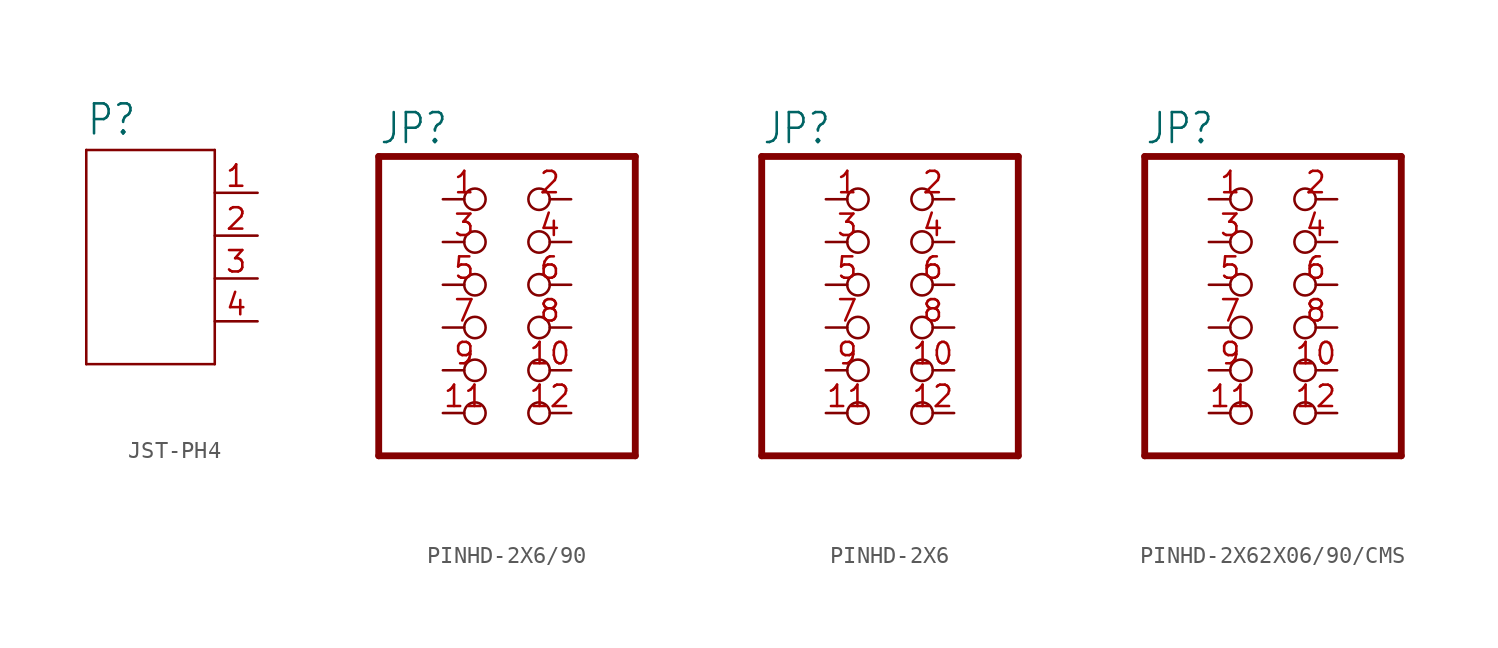
<source format=kicad_sym>
(kicad_symbol_lib
  (version 20220914)
  (generator kicad_symbol_editor)
  (symbol "JST-PH4"
    (property "Reference" "P"
      (at -2.54 5.842 0)
      (effects (font (size 1.778 1.511)) (justify left bottom)))
    (property "Value" ""
      (at -2.54 -9.906 0)
      (effects (font (size 1.778 1.511)) (justify left bottom)))
    (property "ki_locked" ""
      (at 0 0 0)
      (effects (font (size 1.27 1.27))))
    (symbol "JST-PH4_1_0"
      (polyline (pts (xy -2.54 -7.62) (xy 5.08 -7.62)) (stroke (width 0.152) (type solid)) (fill (type none)))
      (polyline (pts (xy -2.54 5.08) (xy -2.54 -7.62)) (stroke (width 0.152) (type solid)) (fill (type none)))
      (polyline (pts (xy 5.08 -7.62) (xy 5.08 5.08)) (stroke (width 0.152) (type solid)) (fill (type none)))
      (polyline (pts (xy 5.08 5.08) (xy -2.54 5.08)) (stroke (width 0.152) (type solid)) (fill (type none)))
      (pin passive line (at 7.62 2.54 180) (length 2.54) (name "1" (effects (font (size 0 0)))) (number "1" (effects (font (size 1.27 1.27)))))
      (pin passive line (at 7.62 0 180) (length 2.54) (name "2" (effects (font (size 0 0)))) (number "2" (effects (font (size 1.27 1.27)))))
      (pin passive line (at 7.62 -2.54 180) (length 2.54) (name "3" (effects (font (size 0 0)))) (number "3" (effects (font (size 1.27 1.27)))))
      (pin passive line (at 7.62 -5.08 180) (length 2.54) (name "4" (effects (font (size 0 0)))) (number "4" (effects (font (size 1.27 1.27)))))))
  (symbol "PINHD-2X6/90"
    (property "Reference" "JP"
      (at -6.35 8.255 0)
      (effects (font (size 1.778 1.511)) (justify left bottom)))
    (property "Value" ""
      (at -6.35 -12.7 0)
      (effects (font (size 1.778 1.511)) (justify left bottom)))
    (property "ki_locked" ""
      (at 0 0 0)
      (effects (font (size 1.27 1.27))))
    (symbol "PINHD-2X6/90_1_0"
      (polyline (pts (xy -6.35 -10.16) (xy 8.89 -10.16)) (stroke (width 0.406) (type solid)) (fill (type none)))
      (polyline (pts (xy -6.35 7.62) (xy -6.35 -10.16)) (stroke (width 0.406) (type solid)) (fill (type none)))
      (polyline (pts (xy 8.89 -10.16) (xy 8.89 7.62)) (stroke (width 0.406) (type solid)) (fill (type none)))
      (polyline (pts (xy 8.89 7.62) (xy -6.35 7.62)) (stroke (width 0.406) (type solid)) (fill (type none)))
      (pin passive inverted (at -2.54 5.08 0) (length 2.54) (name "1" (effects (font (size 0 0)))) (number "1" (effects (font (size 1.27 1.27)))))
      (pin passive inverted (at 5.08 -5.08 180) (length 2.54) (name "10" (effects (font (size 0 0)))) (number "10" (effects (font (size 1.27 1.27)))))
      (pin passive inverted (at -2.54 -7.62 0) (length 2.54) (name "11" (effects (font (size 0 0)))) (number "11" (effects (font (size 1.27 1.27)))))
      (pin passive inverted (at 5.08 -7.62 180) (length 2.54) (name "12" (effects (font (size 0 0)))) (number "12" (effects (font (size 1.27 1.27)))))
      (pin passive inverted (at 5.08 5.08 180) (length 2.54) (name "2" (effects (font (size 0 0)))) (number "2" (effects (font (size 1.27 1.27)))))
      (pin passive inverted (at -2.54 2.54 0) (length 2.54) (name "3" (effects (font (size 0 0)))) (number "3" (effects (font (size 1.27 1.27)))))
      (pin passive inverted (at 5.08 2.54 180) (length 2.54) (name "4" (effects (font (size 0 0)))) (number "4" (effects (font (size 1.27 1.27)))))
      (pin passive inverted (at -2.54 0 0) (length 2.54) (name "5" (effects (font (size 0 0)))) (number "5" (effects (font (size 1.27 1.27)))))
      (pin passive inverted (at 5.08 0 180) (length 2.54) (name "6" (effects (font (size 0 0)))) (number "6" (effects (font (size 1.27 1.27)))))
      (pin passive inverted (at -2.54 -2.54 0) (length 2.54) (name "7" (effects (font (size 0 0)))) (number "7" (effects (font (size 1.27 1.27)))))
      (pin passive inverted (at 5.08 -2.54 180) (length 2.54) (name "8" (effects (font (size 0 0)))) (number "8" (effects (font (size 1.27 1.27)))))
      (pin passive inverted (at -2.54 -5.08 0) (length 2.54) (name "9" (effects (font (size 0 0)))) (number "9" (effects (font (size 1.27 1.27)))))))
  (symbol "PINHD-2X6"
    (property "Reference" "JP"
      (at -6.35 8.255 0)
      (effects (font (size 1.778 1.511)) (justify left bottom)))
    (property "Value" ""
      (at -6.35 -12.7 0)
      (effects (font (size 1.778 1.511)) (justify left bottom)))
    (property "ki_locked" ""
      (at 0 0 0)
      (effects (font (size 1.27 1.27))))
    (symbol "PINHD-2X6_1_0"
      (polyline (pts (xy -6.35 -10.16) (xy 8.89 -10.16)) (stroke (width 0.406) (type solid)) (fill (type none)))
      (polyline (pts (xy -6.35 7.62) (xy -6.35 -10.16)) (stroke (width 0.406) (type solid)) (fill (type none)))
      (polyline (pts (xy 8.89 -10.16) (xy 8.89 7.62)) (stroke (width 0.406) (type solid)) (fill (type none)))
      (polyline (pts (xy 8.89 7.62) (xy -6.35 7.62)) (stroke (width 0.406) (type solid)) (fill (type none)))
      (pin passive inverted (at -2.54 5.08 0) (length 2.54) (name "1" (effects (font (size 0 0)))) (number "1" (effects (font (size 1.27 1.27)))))
      (pin passive inverted (at 5.08 -5.08 180) (length 2.54) (name "10" (effects (font (size 0 0)))) (number "10" (effects (font (size 1.27 1.27)))))
      (pin passive inverted (at -2.54 -7.62 0) (length 2.54) (name "11" (effects (font (size 0 0)))) (number "11" (effects (font (size 1.27 1.27)))))
      (pin passive inverted (at 5.08 -7.62 180) (length 2.54) (name "12" (effects (font (size 0 0)))) (number "12" (effects (font (size 1.27 1.27)))))
      (pin passive inverted (at 5.08 5.08 180) (length 2.54) (name "2" (effects (font (size 0 0)))) (number "2" (effects (font (size 1.27 1.27)))))
      (pin passive inverted (at -2.54 2.54 0) (length 2.54) (name "3" (effects (font (size 0 0)))) (number "3" (effects (font (size 1.27 1.27)))))
      (pin passive inverted (at 5.08 2.54 180) (length 2.54) (name "4" (effects (font (size 0 0)))) (number "4" (effects (font (size 1.27 1.27)))))
      (pin passive inverted (at -2.54 0 0) (length 2.54) (name "5" (effects (font (size 0 0)))) (number "5" (effects (font (size 1.27 1.27)))))
      (pin passive inverted (at 5.08 0 180) (length 2.54) (name "6" (effects (font (size 0 0)))) (number "6" (effects (font (size 1.27 1.27)))))
      (pin passive inverted (at -2.54 -2.54 0) (length 2.54) (name "7" (effects (font (size 0 0)))) (number "7" (effects (font (size 1.27 1.27)))))
      (pin passive inverted (at 5.08 -2.54 180) (length 2.54) (name "8" (effects (font (size 0 0)))) (number "8" (effects (font (size 1.27 1.27)))))
      (pin passive inverted (at -2.54 -5.08 0) (length 2.54) (name "9" (effects (font (size 0 0)))) (number "9" (effects (font (size 1.27 1.27)))))))
  (symbol "PINHD-2X62X06/90/CMS"
    (property "Reference" "JP"
      (at -6.35 8.255 0)
      (effects (font (size 1.778 1.511)) (justify left bottom)))
    (property "Value" ""
      (at -6.35 -12.7 0)
      (effects (font (size 1.778 1.511)) (justify left bottom)))
    (property "ki_locked" ""
      (at 0 0 0)
      (effects (font (size 1.27 1.27))))
    (symbol "PINHD-2X62X06/90/CMS_1_0"
      (polyline (pts (xy -6.35 -10.16) (xy 8.89 -10.16)) (stroke (width 0.406) (type solid)) (fill (type none)))
      (polyline (pts (xy -6.35 7.62) (xy -6.35 -10.16)) (stroke (width 0.406) (type solid)) (fill (type none)))
      (polyline (pts (xy 8.89 -10.16) (xy 8.89 7.62)) (stroke (width 0.406) (type solid)) (fill (type none)))
      (polyline (pts (xy 8.89 7.62) (xy -6.35 7.62)) (stroke (width 0.406) (type solid)) (fill (type none)))
      (pin passive inverted (at -2.54 5.08 0) (length 2.54) (name "1" (effects (font (size 0 0)))) (number "1" (effects (font (size 1.27 1.27)))))
      (pin passive inverted (at 5.08 -5.08 180) (length 2.54) (name "10" (effects (font (size 0 0)))) (number "10" (effects (font (size 1.27 1.27)))))
      (pin passive inverted (at -2.54 -7.62 0) (length 2.54) (name "11" (effects (font (size 0 0)))) (number "11" (effects (font (size 1.27 1.27)))))
      (pin passive inverted (at 5.08 -7.62 180) (length 2.54) (name "12" (effects (font (size 0 0)))) (number "12" (effects (font (size 1.27 1.27)))))
      (pin passive inverted (at 5.08 5.08 180) (length 2.54) (name "2" (effects (font (size 0 0)))) (number "2" (effects (font (size 1.27 1.27)))))
      (pin passive inverted (at -2.54 2.54 0) (length 2.54) (name "3" (effects (font (size 0 0)))) (number "3" (effects (font (size 1.27 1.27)))))
      (pin passive inverted (at 5.08 2.54 180) (length 2.54) (name "4" (effects (font (size 0 0)))) (number "4" (effects (font (size 1.27 1.27)))))
      (pin passive inverted (at -2.54 0 0) (length 2.54) (name "5" (effects (font (size 0 0)))) (number "5" (effects (font (size 1.27 1.27)))))
      (pin passive inverted (at 5.08 0 180) (length 2.54) (name "6" (effects (font (size 0 0)))) (number "6" (effects (font (size 1.27 1.27)))))
      (pin passive inverted (at -2.54 -2.54 0) (length 2.54) (name "7" (effects (font (size 0 0)))) (number "7" (effects (font (size 1.27 1.27)))))
      (pin passive inverted (at 5.08 -2.54 180) (length 2.54) (name "8" (effects (font (size 0 0)))) (number "8" (effects (font (size 1.27 1.27)))))
      (pin passive inverted (at -2.54 -5.08 0) (length 2.54) (name "9" (effects (font (size 0 0)))) (number "9" (effects (font (size 1.27 1.27))))))))
</source>
